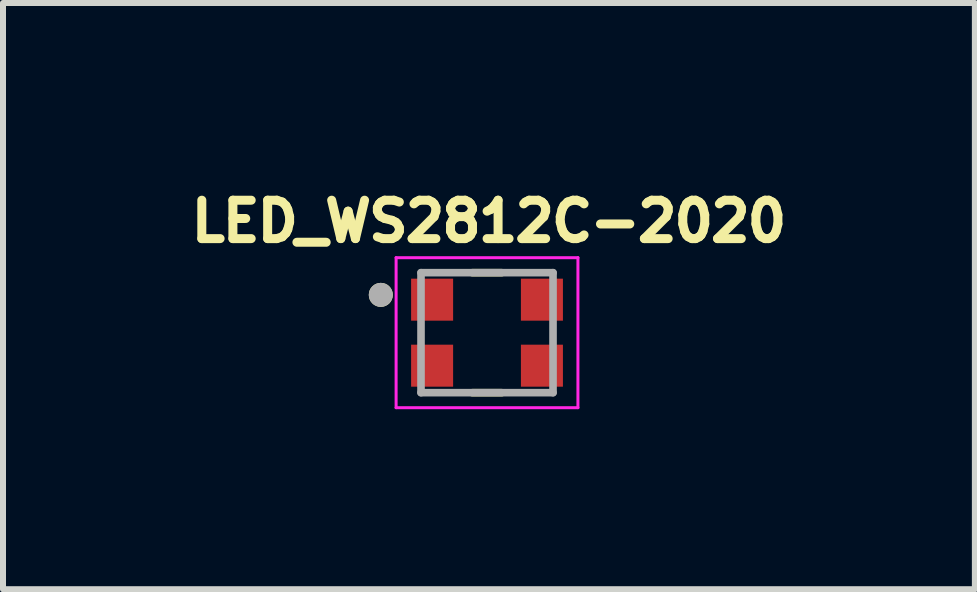
<source format=kicad_pcb>
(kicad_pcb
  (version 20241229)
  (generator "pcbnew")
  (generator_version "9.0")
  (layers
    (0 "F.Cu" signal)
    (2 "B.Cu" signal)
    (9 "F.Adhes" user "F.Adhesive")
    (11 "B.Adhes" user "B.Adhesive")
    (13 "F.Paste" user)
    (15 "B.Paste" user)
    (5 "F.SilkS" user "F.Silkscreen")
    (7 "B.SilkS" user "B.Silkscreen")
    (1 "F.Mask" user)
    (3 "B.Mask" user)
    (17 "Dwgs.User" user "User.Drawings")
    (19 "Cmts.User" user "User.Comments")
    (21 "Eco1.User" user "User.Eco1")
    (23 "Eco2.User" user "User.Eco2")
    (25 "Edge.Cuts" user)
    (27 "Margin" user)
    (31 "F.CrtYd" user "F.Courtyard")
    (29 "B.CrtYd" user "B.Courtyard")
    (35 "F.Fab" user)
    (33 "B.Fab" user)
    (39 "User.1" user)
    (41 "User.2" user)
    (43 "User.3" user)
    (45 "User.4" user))
  (footprint "LED_WS2812C-2020"
    (layer "F.Cu")
    (at 5.066 2.494)
    (property "Reference" "LED_WS2812C-2020" (at 0.032 -1.856 0) (layer "F.SilkS") (effects (font (size 0.64 0.64) (thickness 0.15))))
    (attr through_hole)
    (fp_line (start -0.245 -1) (end 0.245 -1) (stroke (width 0.127) (type solid)) (layer "F.SilkS"))
    (fp_line (start -0.245 1) (end 0.245 1) (stroke (width 0.127) (type solid)) (layer "F.SilkS"))
    (fp_circle (center -1.77 -0.63) (end -1.67 -0.63) (stroke (width 0.2) (type solid)) (fill no) (layer "F.SilkS"))
    (fp_line (start -1.515 -1.25) (end -1.515 1.25) (stroke (width 0.05) (type solid)) (layer "F.CrtYd"))
    (fp_line (start -1.515 1.25) (end 1.515 1.25) (stroke (width 0.05) (type solid)) (layer "F.CrtYd"))
    (fp_line (start 1.515 -1.25) (end -1.515 -1.25) (stroke (width 0.05) (type solid)) (layer "F.CrtYd"))
    (fp_line (start 1.515 1.25) (end 1.515 -1.25) (stroke (width 0.05) (type solid)) (layer "F.CrtYd"))
    (fp_line (start -1.1 -1) (end 1.1 -1) (stroke (width 0.127) (type solid)) (layer "F.Fab"))
    (fp_line (start -1.1 1) (end -1.1 -1) (stroke (width 0.127) (type solid)) (layer "F.Fab"))
    (fp_line (start 1.1 -1) (end 1.1 1) (stroke (width 0.127) (type solid)) (layer "F.Fab"))
    (fp_line (start 1.1 1) (end -1.1 1) (stroke (width 0.127) (type solid)) (layer "F.Fab"))
    (fp_circle (center -1.77 -0.63) (end -1.67 -0.63) (stroke (width 0.2) (type solid)) (fill no) (layer "F.Fab"))
    (pad "1" smd rect (at -0.915 -0.55) (size 0.7 0.7) (layers "F.Cu" "F.Mask" "F.Paste"))
    (pad "2" smd rect (at -0.915 0.55) (size 0.7 0.7) (layers "F.Cu" "F.Mask" "F.Paste"))
    (pad "3" smd rect (at 0.915 0.55) (size 0.7 0.7) (layers "F.Cu" "F.Mask" "F.Paste"))
    (pad "4" smd rect (at 0.915 -0.55) (size 0.7 0.7) (layers "F.Cu" "F.Mask" "F.Paste")))
  (gr_rect
    (start -3 -3)
    (end 13.196 6.769)
    (stroke (width 0.1) (type default))
    (fill no)
    (layer "Edge.Cuts")))
</source>
